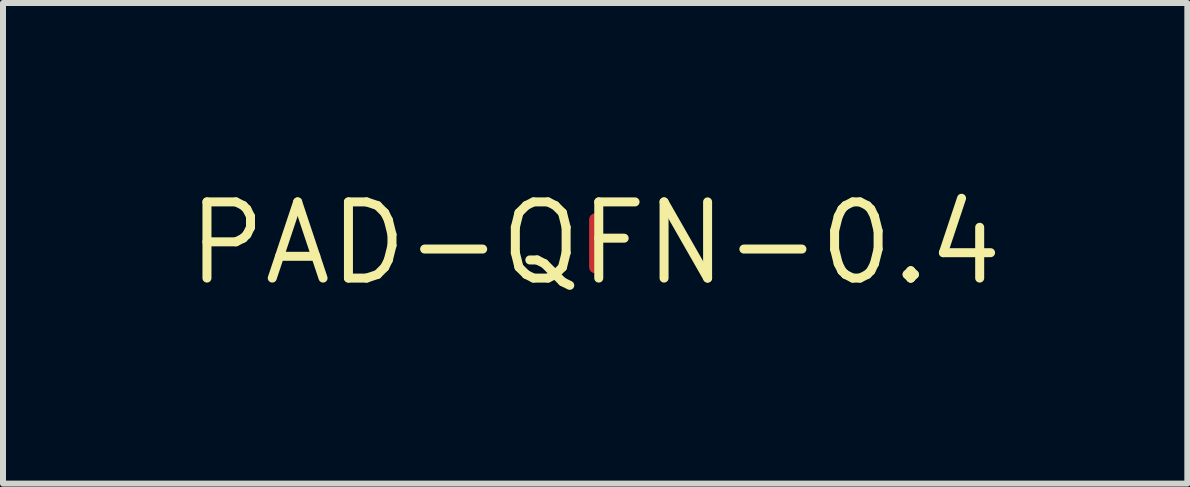
<source format=kicad_pcb>
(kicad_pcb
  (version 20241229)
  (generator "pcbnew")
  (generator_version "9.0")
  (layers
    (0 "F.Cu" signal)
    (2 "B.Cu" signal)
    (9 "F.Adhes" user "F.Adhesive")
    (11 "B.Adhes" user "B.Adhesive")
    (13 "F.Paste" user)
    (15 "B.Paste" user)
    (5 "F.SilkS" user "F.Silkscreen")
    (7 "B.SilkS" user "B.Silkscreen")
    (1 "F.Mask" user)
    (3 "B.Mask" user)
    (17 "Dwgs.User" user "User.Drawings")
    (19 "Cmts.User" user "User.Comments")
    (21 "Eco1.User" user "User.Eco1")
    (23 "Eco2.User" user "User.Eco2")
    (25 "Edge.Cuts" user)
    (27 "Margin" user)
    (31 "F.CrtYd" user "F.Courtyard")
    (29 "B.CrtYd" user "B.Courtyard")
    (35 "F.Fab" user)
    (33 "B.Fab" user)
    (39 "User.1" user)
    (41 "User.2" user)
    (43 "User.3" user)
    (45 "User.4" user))
  (footprint "PAD-QFN-0.4"
    (layer "F.Cu")
    (at 6.871 1.006)
    (property "Reference" "PAD-QFN-0.4" (at 0 0 0) (layer "F.SilkS") (effects (font (size 1.27 1.27) (thickness 0.15))))
    (attr through_hole)
    (fp_line (start 0 -0.4) (end 0 0.4) (stroke (width 0.28) (type solid)) (layer "F.Mask"))
    (fp_poly (pts (xy -0.14 0.4) (xy 0.14 0.4) (xy 0.14 -0.4) (xy -0.14 -0.4)) (stroke (width 0) (type solid)) (fill yes) (layer "F.Mask"))
    (pad "1" smd roundrect (at 0 0) (size 0.2 1) (layers "F.Cu" "F.Paste") (roundrect_rratio 0.5)))
  (gr_rect
    (start -3 -3)
    (end 16.743 5.012)
    (stroke (width 0.1) (type default))
    (fill no)
    (layer "Edge.Cuts")))
</source>
